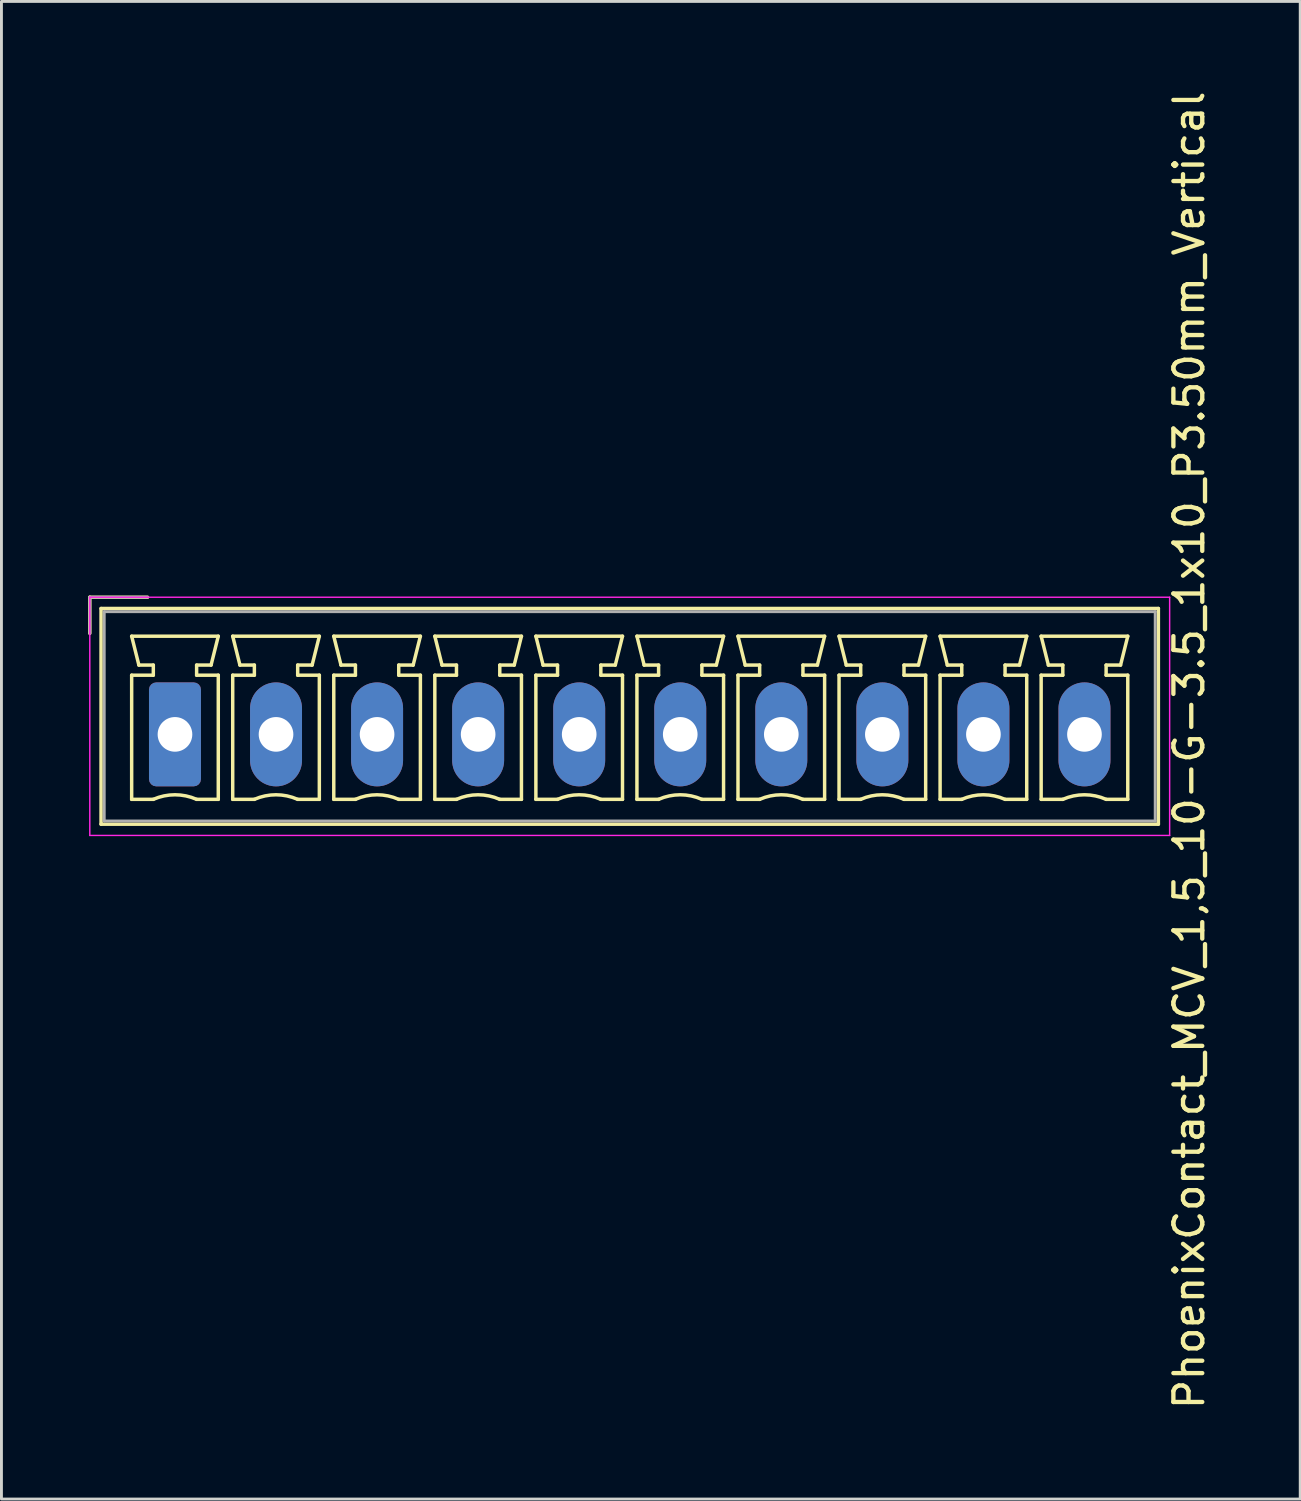
<source format=kicad_pcb>
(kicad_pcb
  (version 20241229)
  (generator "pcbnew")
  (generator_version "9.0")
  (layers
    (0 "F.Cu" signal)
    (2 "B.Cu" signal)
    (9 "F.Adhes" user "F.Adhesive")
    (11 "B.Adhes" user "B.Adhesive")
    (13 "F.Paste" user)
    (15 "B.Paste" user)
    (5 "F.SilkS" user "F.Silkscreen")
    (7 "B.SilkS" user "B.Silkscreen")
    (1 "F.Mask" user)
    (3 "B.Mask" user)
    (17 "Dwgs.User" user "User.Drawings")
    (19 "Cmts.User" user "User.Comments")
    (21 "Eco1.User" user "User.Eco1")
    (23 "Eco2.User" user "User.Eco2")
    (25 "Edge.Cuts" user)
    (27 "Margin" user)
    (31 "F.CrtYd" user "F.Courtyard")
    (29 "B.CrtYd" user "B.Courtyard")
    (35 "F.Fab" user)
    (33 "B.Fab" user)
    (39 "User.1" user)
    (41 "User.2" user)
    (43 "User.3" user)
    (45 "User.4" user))
  (footprint "PhoenixContact_MCV_1,5_10-G-3.5_1x10_P3.50mm_Vertical"
    (layer "F.Cu")
    (at 3.01 22.385)
    (property "Reference" "PhoenixContact_MCV_1,5_10-G-3.5_1x10_P3.50mm_Vertical" (at 35.125 0.55 270) (layer "F.SilkS") (effects (font (size 1 1) (thickness 0.15))))
    (attr through_hole)
    (fp_line (start -2.95 -4.75) (end -0.95 -4.75) (stroke (width 0.12) (type solid)) (layer "F.SilkS"))
    (fp_line (start -2.95 -3.5) (end -2.95 -4.75) (stroke (width 0.12) (type solid)) (layer "F.SilkS"))
    (fp_line (start -2.56 -4.36) (end -2.56 3.11) (stroke (width 0.12) (type solid)) (layer "F.SilkS"))
    (fp_line (start -2.56 3.11) (end 34.06 3.11) (stroke (width 0.12) (type solid)) (layer "F.SilkS"))
    (fp_line (start -1.5 -3.4) (end 1.5 -3.4) (stroke (width 0.12) (type solid)) (layer "F.SilkS"))
    (fp_line (start -1.5 -2.05) (end -0.75 -2.05) (stroke (width 0.12) (type solid)) (layer "F.SilkS"))
    (fp_line (start -1.5 2.25) (end -1.5 -2.05) (stroke (width 0.12) (type solid)) (layer "F.SilkS"))
    (fp_line (start -1.25 -2.4) (end -1.5 -3.4) (stroke (width 0.12) (type solid)) (layer "F.SilkS"))
    (fp_line (start -0.75 -2.4) (end -1.25 -2.4) (stroke (width 0.12) (type solid)) (layer "F.SilkS"))
    (fp_line (start -0.75 -2.05) (end -0.75 -2.4) (stroke (width 0.12) (type solid)) (layer "F.SilkS"))
    (fp_line (start -0.75 2.25) (end -1.5 2.25) (stroke (width 0.12) (type solid)) (layer "F.SilkS"))
    (fp_line (start 0.75 -2.4) (end 0.75 -2.05) (stroke (width 0.12) (type solid)) (layer "F.SilkS"))
    (fp_line (start 0.75 -2.05) (end 1.5 -2.05) (stroke (width 0.12) (type solid)) (layer "F.SilkS"))
    (fp_line (start 1.25 -2.4) (end 0.75 -2.4) (stroke (width 0.12) (type solid)) (layer "F.SilkS"))
    (fp_line (start 1.5 -3.4) (end 1.25 -2.4) (stroke (width 0.12) (type solid)) (layer "F.SilkS"))
    (fp_line (start 1.5 -2.05) (end 1.5 2.25) (stroke (width 0.12) (type solid)) (layer "F.SilkS"))
    (fp_line (start 1.5 2.25) (end 0.75 2.25) (stroke (width 0.12) (type solid)) (layer "F.SilkS"))
    (fp_line (start 2 -3.4) (end 5 -3.4) (stroke (width 0.12) (type solid)) (layer "F.SilkS"))
    (fp_line (start 2 -2.05) (end 2.75 -2.05) (stroke (width 0.12) (type solid)) (layer "F.SilkS"))
    (fp_line (start 2 2.25) (end 2 -2.05) (stroke (width 0.12) (type solid)) (layer "F.SilkS"))
    (fp_line (start 2.25 -2.4) (end 2 -3.4) (stroke (width 0.12) (type solid)) (layer "F.SilkS"))
    (fp_line (start 2.75 -2.4) (end 2.25 -2.4) (stroke (width 0.12) (type solid)) (layer "F.SilkS"))
    (fp_line (start 2.75 -2.05) (end 2.75 -2.4) (stroke (width 0.12) (type solid)) (layer "F.SilkS"))
    (fp_line (start 2.75 2.25) (end 2 2.25) (stroke (width 0.12) (type solid)) (layer "F.SilkS"))
    (fp_line (start 4.25 -2.4) (end 4.25 -2.05) (stroke (width 0.12) (type solid)) (layer "F.SilkS"))
    (fp_line (start 4.25 -2.05) (end 5 -2.05) (stroke (width 0.12) (type solid)) (layer "F.SilkS"))
    (fp_line (start 4.75 -2.4) (end 4.25 -2.4) (stroke (width 0.12) (type solid)) (layer "F.SilkS"))
    (fp_line (start 5 -3.4) (end 4.75 -2.4) (stroke (width 0.12) (type solid)) (layer "F.SilkS"))
    (fp_line (start 5 -2.05) (end 5 2.25) (stroke (width 0.12) (type solid)) (layer "F.SilkS"))
    (fp_line (start 5 2.25) (end 4.25 2.25) (stroke (width 0.12) (type solid)) (layer "F.SilkS"))
    (fp_line (start 5.5 -3.4) (end 8.5 -3.4) (stroke (width 0.12) (type solid)) (layer "F.SilkS"))
    (fp_line (start 5.5 -2.05) (end 6.25 -2.05) (stroke (width 0.12) (type solid)) (layer "F.SilkS"))
    (fp_line (start 5.5 2.25) (end 5.5 -2.05) (stroke (width 0.12) (type solid)) (layer "F.SilkS"))
    (fp_line (start 5.75 -2.4) (end 5.5 -3.4) (stroke (width 0.12) (type solid)) (layer "F.SilkS"))
    (fp_line (start 6.25 -2.4) (end 5.75 -2.4) (stroke (width 0.12) (type solid)) (layer "F.SilkS"))
    (fp_line (start 6.25 -2.05) (end 6.25 -2.4) (stroke (width 0.12) (type solid)) (layer "F.SilkS"))
    (fp_line (start 6.25 2.25) (end 5.5 2.25) (stroke (width 0.12) (type solid)) (layer "F.SilkS"))
    (fp_line (start 7.75 -2.4) (end 7.75 -2.05) (stroke (width 0.12) (type solid)) (layer "F.SilkS"))
    (fp_line (start 7.75 -2.05) (end 8.5 -2.05) (stroke (width 0.12) (type solid)) (layer "F.SilkS"))
    (fp_line (start 8.25 -2.4) (end 7.75 -2.4) (stroke (width 0.12) (type solid)) (layer "F.SilkS"))
    (fp_line (start 8.5 -3.4) (end 8.25 -2.4) (stroke (width 0.12) (type solid)) (layer "F.SilkS"))
    (fp_line (start 8.5 -2.05) (end 8.5 2.25) (stroke (width 0.12) (type solid)) (layer "F.SilkS"))
    (fp_line (start 8.5 2.25) (end 7.75 2.25) (stroke (width 0.12) (type solid)) (layer "F.SilkS"))
    (fp_line (start 9 -3.4) (end 12 -3.4) (stroke (width 0.12) (type solid)) (layer "F.SilkS"))
    (fp_line (start 9 -2.05) (end 9.75 -2.05) (stroke (width 0.12) (type solid)) (layer "F.SilkS"))
    (fp_line (start 9 2.25) (end 9 -2.05) (stroke (width 0.12) (type solid)) (layer "F.SilkS"))
    (fp_line (start 9.25 -2.4) (end 9 -3.4) (stroke (width 0.12) (type solid)) (layer "F.SilkS"))
    (fp_line (start 9.75 -2.4) (end 9.25 -2.4) (stroke (width 0.12) (type solid)) (layer "F.SilkS"))
    (fp_line (start 9.75 -2.05) (end 9.75 -2.4) (stroke (width 0.12) (type solid)) (layer "F.SilkS"))
    (fp_line (start 9.75 2.25) (end 9 2.25) (stroke (width 0.12) (type solid)) (layer "F.SilkS"))
    (fp_line (start 11.25 -2.4) (end 11.25 -2.05) (stroke (width 0.12) (type solid)) (layer "F.SilkS"))
    (fp_line (start 11.25 -2.05) (end 12 -2.05) (stroke (width 0.12) (type solid)) (layer "F.SilkS"))
    (fp_line (start 11.75 -2.4) (end 11.25 -2.4) (stroke (width 0.12) (type solid)) (layer "F.SilkS"))
    (fp_line (start 12 -3.4) (end 11.75 -2.4) (stroke (width 0.12) (type solid)) (layer "F.SilkS"))
    (fp_line (start 12 -2.05) (end 12 2.25) (stroke (width 0.12) (type solid)) (layer "F.SilkS"))
    (fp_line (start 12 2.25) (end 11.25 2.25) (stroke (width 0.12) (type solid)) (layer "F.SilkS"))
    (fp_line (start 12.5 -3.4) (end 15.5 -3.4) (stroke (width 0.12) (type solid)) (layer "F.SilkS"))
    (fp_line (start 12.5 -2.05) (end 13.25 -2.05) (stroke (width 0.12) (type solid)) (layer "F.SilkS"))
    (fp_line (start 12.5 2.25) (end 12.5 -2.05) (stroke (width 0.12) (type solid)) (layer "F.SilkS"))
    (fp_line (start 12.75 -2.4) (end 12.5 -3.4) (stroke (width 0.12) (type solid)) (layer "F.SilkS"))
    (fp_line (start 13.25 -2.4) (end 12.75 -2.4) (stroke (width 0.12) (type solid)) (layer "F.SilkS"))
    (fp_line (start 13.25 -2.05) (end 13.25 -2.4) (stroke (width 0.12) (type solid)) (layer "F.SilkS"))
    (fp_line (start 13.25 2.25) (end 12.5 2.25) (stroke (width 0.12) (type solid)) (layer "F.SilkS"))
    (fp_line (start 14.75 -2.4) (end 14.75 -2.05) (stroke (width 0.12) (type solid)) (layer "F.SilkS"))
    (fp_line (start 14.75 -2.05) (end 15.5 -2.05) (stroke (width 0.12) (type solid)) (layer "F.SilkS"))
    (fp_line (start 15.25 -2.4) (end 14.75 -2.4) (stroke (width 0.12) (type solid)) (layer "F.SilkS"))
    (fp_line (start 15.5 -3.4) (end 15.25 -2.4) (stroke (width 0.12) (type solid)) (layer "F.SilkS"))
    (fp_line (start 15.5 -2.05) (end 15.5 2.25) (stroke (width 0.12) (type solid)) (layer "F.SilkS"))
    (fp_line (start 15.5 2.25) (end 14.75 2.25) (stroke (width 0.12) (type solid)) (layer "F.SilkS"))
    (fp_line (start 16 -3.4) (end 19 -3.4) (stroke (width 0.12) (type solid)) (layer "F.SilkS"))
    (fp_line (start 16 -2.05) (end 16.75 -2.05) (stroke (width 0.12) (type solid)) (layer "F.SilkS"))
    (fp_line (start 16 2.25) (end 16 -2.05) (stroke (width 0.12) (type solid)) (layer "F.SilkS"))
    (fp_line (start 16.25 -2.4) (end 16 -3.4) (stroke (width 0.12) (type solid)) (layer "F.SilkS"))
    (fp_line (start 16.75 -2.4) (end 16.25 -2.4) (stroke (width 0.12) (type solid)) (layer "F.SilkS"))
    (fp_line (start 16.75 -2.05) (end 16.75 -2.4) (stroke (width 0.12) (type solid)) (layer "F.SilkS"))
    (fp_line (start 16.75 2.25) (end 16 2.25) (stroke (width 0.12) (type solid)) (layer "F.SilkS"))
    (fp_line (start 18.25 -2.4) (end 18.25 -2.05) (stroke (width 0.12) (type solid)) (layer "F.SilkS"))
    (fp_line (start 18.25 -2.05) (end 19 -2.05) (stroke (width 0.12) (type solid)) (layer "F.SilkS"))
    (fp_line (start 18.75 -2.4) (end 18.25 -2.4) (stroke (width 0.12) (type solid)) (layer "F.SilkS"))
    (fp_line (start 19 -3.4) (end 18.75 -2.4) (stroke (width 0.12) (type solid)) (layer "F.SilkS"))
    (fp_line (start 19 -2.05) (end 19 2.25) (stroke (width 0.12) (type solid)) (layer "F.SilkS"))
    (fp_line (start 19 2.25) (end 18.25 2.25) (stroke (width 0.12) (type solid)) (layer "F.SilkS"))
    (fp_line (start 19.5 -3.4) (end 22.5 -3.4) (stroke (width 0.12) (type solid)) (layer "F.SilkS"))
    (fp_line (start 19.5 -2.05) (end 20.25 -2.05) (stroke (width 0.12) (type solid)) (layer "F.SilkS"))
    (fp_line (start 19.5 2.25) (end 19.5 -2.05) (stroke (width 0.12) (type solid)) (layer "F.SilkS"))
    (fp_line (start 19.75 -2.4) (end 19.5 -3.4) (stroke (width 0.12) (type solid)) (layer "F.SilkS"))
    (fp_line (start 20.25 -2.4) (end 19.75 -2.4) (stroke (width 0.12) (type solid)) (layer "F.SilkS"))
    (fp_line (start 20.25 -2.05) (end 20.25 -2.4) (stroke (width 0.12) (type solid)) (layer "F.SilkS"))
    (fp_line (start 20.25 2.25) (end 19.5 2.25) (stroke (width 0.12) (type solid)) (layer "F.SilkS"))
    (fp_line (start 21.75 -2.4) (end 21.75 -2.05) (stroke (width 0.12) (type solid)) (layer "F.SilkS"))
    (fp_line (start 21.75 -2.05) (end 22.5 -2.05) (stroke (width 0.12) (type solid)) (layer "F.SilkS"))
    (fp_line (start 22.25 -2.4) (end 21.75 -2.4) (stroke (width 0.12) (type solid)) (layer "F.SilkS"))
    (fp_line (start 22.5 -3.4) (end 22.25 -2.4) (stroke (width 0.12) (type solid)) (layer "F.SilkS"))
    (fp_line (start 22.5 -2.05) (end 22.5 2.25) (stroke (width 0.12) (type solid)) (layer "F.SilkS"))
    (fp_line (start 22.5 2.25) (end 21.75 2.25) (stroke (width 0.12) (type solid)) (layer "F.SilkS"))
    (fp_line (start 23 -3.4) (end 26 -3.4) (stroke (width 0.12) (type solid)) (layer "F.SilkS"))
    (fp_line (start 23 -2.05) (end 23.75 -2.05) (stroke (width 0.12) (type solid)) (layer "F.SilkS"))
    (fp_line (start 23 2.25) (end 23 -2.05) (stroke (width 0.12) (type solid)) (layer "F.SilkS"))
    (fp_line (start 23.25 -2.4) (end 23 -3.4) (stroke (width 0.12) (type solid)) (layer "F.SilkS"))
    (fp_line (start 23.75 -2.4) (end 23.25 -2.4) (stroke (width 0.12) (type solid)) (layer "F.SilkS"))
    (fp_line (start 23.75 -2.05) (end 23.75 -2.4) (stroke (width 0.12) (type solid)) (layer "F.SilkS"))
    (fp_line (start 23.75 2.25) (end 23 2.25) (stroke (width 0.12) (type solid)) (layer "F.SilkS"))
    (fp_line (start 25.25 -2.4) (end 25.25 -2.05) (stroke (width 0.12) (type solid)) (layer "F.SilkS"))
    (fp_line (start 25.25 -2.05) (end 26 -2.05) (stroke (width 0.12) (type solid)) (layer "F.SilkS"))
    (fp_line (start 25.75 -2.4) (end 25.25 -2.4) (stroke (width 0.12) (type solid)) (layer "F.SilkS"))
    (fp_line (start 26 -3.4) (end 25.75 -2.4) (stroke (width 0.12) (type solid)) (layer "F.SilkS"))
    (fp_line (start 26 -2.05) (end 26 2.25) (stroke (width 0.12) (type solid)) (layer "F.SilkS"))
    (fp_line (start 26 2.25) (end 25.25 2.25) (stroke (width 0.12) (type solid)) (layer "F.SilkS"))
    (fp_line (start 26.5 -3.4) (end 29.5 -3.4) (stroke (width 0.12) (type solid)) (layer "F.SilkS"))
    (fp_line (start 26.5 -2.05) (end 27.25 -2.05) (stroke (width 0.12) (type solid)) (layer "F.SilkS"))
    (fp_line (start 26.5 2.25) (end 26.5 -2.05) (stroke (width 0.12) (type solid)) (layer "F.SilkS"))
    (fp_line (start 26.75 -2.4) (end 26.5 -3.4) (stroke (width 0.12) (type solid)) (layer "F.SilkS"))
    (fp_line (start 27.25 -2.4) (end 26.75 -2.4) (stroke (width 0.12) (type solid)) (layer "F.SilkS"))
    (fp_line (start 27.25 -2.05) (end 27.25 -2.4) (stroke (width 0.12) (type solid)) (layer "F.SilkS"))
    (fp_line (start 27.25 2.25) (end 26.5 2.25) (stroke (width 0.12) (type solid)) (layer "F.SilkS"))
    (fp_line (start 28.75 -2.4) (end 28.75 -2.05) (stroke (width 0.12) (type solid)) (layer "F.SilkS"))
    (fp_line (start 28.75 -2.05) (end 29.5 -2.05) (stroke (width 0.12) (type solid)) (layer "F.SilkS"))
    (fp_line (start 29.25 -2.4) (end 28.75 -2.4) (stroke (width 0.12) (type solid)) (layer "F.SilkS"))
    (fp_line (start 29.5 -3.4) (end 29.25 -2.4) (stroke (width 0.12) (type solid)) (layer "F.SilkS"))
    (fp_line (start 29.5 -2.05) (end 29.5 2.25) (stroke (width 0.12) (type solid)) (layer "F.SilkS"))
    (fp_line (start 29.5 2.25) (end 28.75 2.25) (stroke (width 0.12) (type solid)) (layer "F.SilkS"))
    (fp_line (start 30 -3.4) (end 33 -3.4) (stroke (width 0.12) (type solid)) (layer "F.SilkS"))
    (fp_line (start 30 -2.05) (end 30.75 -2.05) (stroke (width 0.12) (type solid)) (layer "F.SilkS"))
    (fp_line (start 30 2.25) (end 30 -2.05) (stroke (width 0.12) (type solid)) (layer "F.SilkS"))
    (fp_line (start 30.25 -2.4) (end 30 -3.4) (stroke (width 0.12) (type solid)) (layer "F.SilkS"))
    (fp_line (start 30.75 -2.4) (end 30.25 -2.4) (stroke (width 0.12) (type solid)) (layer "F.SilkS"))
    (fp_line (start 30.75 -2.05) (end 30.75 -2.4) (stroke (width 0.12) (type solid)) (layer "F.SilkS"))
    (fp_line (start 30.75 2.25) (end 30 2.25) (stroke (width 0.12) (type solid)) (layer "F.SilkS"))
    (fp_line (start 32.25 -2.4) (end 32.25 -2.05) (stroke (width 0.12) (type solid)) (layer "F.SilkS"))
    (fp_line (start 32.25 -2.05) (end 33 -2.05) (stroke (width 0.12) (type solid)) (layer "F.SilkS"))
    (fp_line (start 32.75 -2.4) (end 32.25 -2.4) (stroke (width 0.12) (type solid)) (layer "F.SilkS"))
    (fp_line (start 33 -3.4) (end 32.75 -2.4) (stroke (width 0.12) (type solid)) (layer "F.SilkS"))
    (fp_line (start 33 -2.05) (end 33 2.25) (stroke (width 0.12) (type solid)) (layer "F.SilkS"))
    (fp_line (start 33 2.25) (end 32.25 2.25) (stroke (width 0.12) (type solid)) (layer "F.SilkS"))
    (fp_line (start 34.06 -4.36) (end -2.56 -4.36) (stroke (width 0.12) (type solid)) (layer "F.SilkS"))
    (fp_line (start 34.06 3.11) (end 34.06 -4.36) (stroke (width 0.12) (type solid)) (layer "F.SilkS"))
    (fp_arc (start -0.75 2.25) (mid -0.000193 2.09191) (end 0.749647 2.249844) (stroke (width 0.12) (type solid)) (layer "F.SilkS"))
    (fp_arc (start 2.75 2.25) (mid 3.499807 2.09191) (end 4.249647 2.249844) (stroke (width 0.12) (type solid)) (layer "F.SilkS"))
    (fp_arc (start 6.25 2.25) (mid 6.999807 2.09191) (end 7.749647 2.249844) (stroke (width 0.12) (type solid)) (layer "F.SilkS"))
    (fp_arc (start 9.75 2.25) (mid 10.499807 2.09191) (end 11.249647 2.249844) (stroke (width 0.12) (type solid)) (layer "F.SilkS"))
    (fp_arc (start 13.25 2.25) (mid 13.999807 2.09191) (end 14.749647 2.249844) (stroke (width 0.12) (type solid)) (layer "F.SilkS"))
    (fp_arc (start 16.75 2.25) (mid 17.499807 2.09191) (end 18.249647 2.249844) (stroke (width 0.12) (type solid)) (layer "F.SilkS"))
    (fp_arc (start 20.25 2.25) (mid 20.999807 2.09191) (end 21.749647 2.249844) (stroke (width 0.12) (type solid)) (layer "F.SilkS"))
    (fp_arc (start 23.75 2.25) (mid 24.499807 2.09191) (end 25.249647 2.249844) (stroke (width 0.12) (type solid)) (layer "F.SilkS"))
    (fp_arc (start 27.25 2.25) (mid 27.999807 2.09191) (end 28.749647 2.249844) (stroke (width 0.12) (type solid)) (layer "F.SilkS"))
    (fp_arc (start 30.75 2.25) (mid 31.499807 2.09191) (end 32.249647 2.249844) (stroke (width 0.12) (type solid)) (layer "F.SilkS"))
    (fp_line (start -2.95 -4.75) (end -2.95 3.5) (stroke (width 0.05) (type solid)) (layer "F.CrtYd"))
    (fp_line (start -2.95 3.5) (end 34.45 3.5) (stroke (width 0.05) (type solid)) (layer "F.CrtYd"))
    (fp_line (start 34.45 -4.75) (end -2.95 -4.75) (stroke (width 0.05) (type solid)) (layer "F.CrtYd"))
    (fp_line (start 34.45 3.5) (end 34.45 -4.75) (stroke (width 0.05) (type solid)) (layer "F.CrtYd"))
    (fp_line (start -2.95 -4.75) (end -0.95 -4.75) (stroke (width 0.1) (type solid)) (layer "F.Fab"))
    (fp_line (start -2.95 -3.5) (end -2.95 -4.75) (stroke (width 0.1) (type solid)) (layer "F.Fab"))
    (fp_line (start -2.45 -4.25) (end -2.45 3) (stroke (width 0.1) (type solid)) (layer "F.Fab"))
    (fp_line (start -2.45 3) (end 33.95 3) (stroke (width 0.1) (type solid)) (layer "F.Fab"))
    (fp_line (start 33.95 -4.25) (end -2.45 -4.25) (stroke (width 0.1) (type solid)) (layer "F.Fab"))
    (fp_line (start 33.95 3) (end 33.95 -4.25) (stroke (width 0.1) (type solid)) (layer "F.Fab"))
    (pad "1" thru_hole roundrect (at 0 0) (size 1.8 3.6) (drill 1.2) (layers "*.Cu" "*.Mask") (roundrect_rratio 0.139))
    (pad "2" thru_hole oval (at 3.5 0) (size 1.8 3.6) (drill 1.2) (layers "*.Cu" "*.Mask"))
    (pad "3" thru_hole oval (at 7 0) (size 1.8 3.6) (drill 1.2) (layers "*.Cu" "*.Mask"))
    (pad "4" thru_hole oval (at 10.5 0) (size 1.8 3.6) (drill 1.2) (layers "*.Cu" "*.Mask"))
    (pad "5" thru_hole oval (at 14 0) (size 1.8 3.6) (drill 1.2) (layers "*.Cu" "*.Mask"))
    (pad "6" thru_hole oval (at 17.5 0) (size 1.8 3.6) (drill 1.2) (layers "*.Cu" "*.Mask"))
    (pad "7" thru_hole oval (at 21 0) (size 1.8 3.6) (drill 1.2) (layers "*.Cu" "*.Mask"))
    (pad "8" thru_hole oval (at 24.5 0) (size 1.8 3.6) (drill 1.2) (layers "*.Cu" "*.Mask"))
    (pad "9" thru_hole oval (at 28 0) (size 1.8 3.6) (drill 1.2) (layers "*.Cu" "*.Mask"))
    (pad "10" thru_hole oval (at 31.5 0) (size 1.8 3.6) (drill 1.2) (layers "*.Cu" "*.Mask")))
  (gr_rect
    (start -3 -3)
    (end 41.983 48.869)
    (stroke (width 0.1) (type default))
    (fill no)
    (layer "Edge.Cuts")))
</source>
